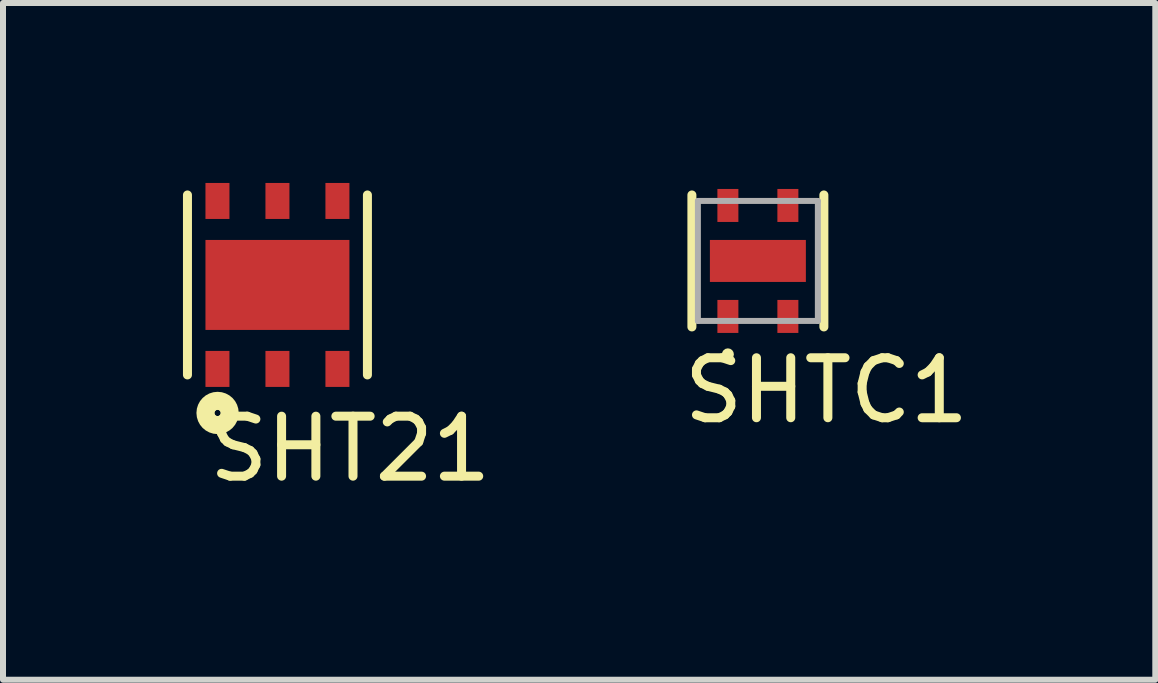
<source format=kicad_pcb>
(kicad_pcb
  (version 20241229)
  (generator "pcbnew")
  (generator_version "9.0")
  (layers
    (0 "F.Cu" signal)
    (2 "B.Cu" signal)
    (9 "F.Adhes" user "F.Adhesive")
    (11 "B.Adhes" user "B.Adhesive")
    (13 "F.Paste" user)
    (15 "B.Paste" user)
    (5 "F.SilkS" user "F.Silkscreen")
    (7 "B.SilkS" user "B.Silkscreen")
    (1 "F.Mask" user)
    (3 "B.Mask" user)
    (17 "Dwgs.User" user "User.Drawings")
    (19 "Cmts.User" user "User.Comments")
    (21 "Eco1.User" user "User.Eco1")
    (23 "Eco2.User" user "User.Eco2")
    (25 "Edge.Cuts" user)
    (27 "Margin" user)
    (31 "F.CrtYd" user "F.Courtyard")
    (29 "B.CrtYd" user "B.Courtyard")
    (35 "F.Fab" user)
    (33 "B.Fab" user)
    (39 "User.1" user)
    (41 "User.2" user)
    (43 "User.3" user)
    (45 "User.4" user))
  (footprint "SHTC1"
    (layer "F.Cu")
    (at 9.584 1.3)
    (property "Reference" "SHTC1" (at 1.143 2.159 0) (layer "F.SilkS") (effects (font (size 1 1) (thickness 0.15))))
    (attr through_hole)
    (fp_line (start -1.1 -1.1) (end -1.1 1.1) (stroke (width 0.15) (type solid)) (layer "F.SilkS"))
    (fp_line (start 1.1 1.1) (end 1.1 -1.1) (stroke (width 0.15) (type solid)) (layer "F.SilkS"))
    (fp_circle (center -0.5 1.557) (end -0.5 1.507) (stroke (width 0.1) (type solid)) (fill no) (layer "F.SilkS"))
    (fp_line (start -1 -1) (end 1 -1) (stroke (width 0.1) (type solid)) (layer "F.Fab"))
    (fp_line (start -1 1) (end -1 -1) (stroke (width 0.1) (type solid)) (layer "F.Fab"))
    (fp_line (start 1 -1) (end 1 1) (stroke (width 0.1) (type solid)) (layer "F.Fab"))
    (fp_line (start 1 1) (end -1 1) (stroke (width 0.1) (type solid)) (layer "F.Fab"))
    (pad "" smd rect (at -0.5 -1) (size 0.35 0.55) (drill (offset 0 -0.025)) (layers "F.Paste"))
    (pad "" smd rect (at -0.5 1) (size 0.35 0.55) (drill (offset 0 0.025)) (layers "F.Paste"))
    (pad "" smd rect (at 0 0) (size 1.6 0.7) (layers "F.Cu" "F.Mask" "F.Paste"))
    (pad "" smd rect (at 0.5 -1) (size 0.35 0.55) (drill (offset 0 -0.025)) (layers "F.Paste"))
    (pad "" smd rect (at 0.5 1) (size 0.35 0.55) (drill (offset 0 0.025)) (layers "F.Paste"))
    (pad "1" smd rect (at -0.5 1) (size 0.35 0.55) (drill (offset 0 -0.075)) (layers "F.Cu" "F.Mask"))
    (pad "2" smd rect (at 0.5 1) (size 0.35 0.55) (drill (offset 0 -0.075)) (layers "F.Cu" "F.Mask"))
    (pad "3" smd rect (at 0.5 -1) (size 0.35 0.55) (drill (offset 0 0.075)) (layers "F.Cu" "F.Mask"))
    (pad "4" smd rect (at -0.5 -1) (size 0.35 0.55) (drill (offset 0 0.075)) (layers "F.Cu" "F.Mask")))
  (footprint "SHT21"
    (layer "F.Cu")
    (at 1.575 1.7)
    (property "Reference" "SHT21" (at 1.212 2.733 0) (layer "F.SilkS") (effects (font (size 1 1) (thickness 0.15))))
    (attr through_hole)
    (fp_line (start -1.5 -1.5) (end -1.5 1.5) (stroke (width 0.15) (type solid)) (layer "F.SilkS"))
    (fp_line (start 1.5 1.5) (end 1.5 -1.5) (stroke (width 0.15) (type solid)) (layer "F.SilkS"))
    (fp_circle (center -0.998 2.134) (end -0.963 2.173) (stroke (width 0.15) (type solid)) (fill no) (layer "F.SilkS"))
    (fp_circle (center -0.998 2.134) (end -0.963 2.173) (stroke (width 0.3) (type solid)) (fill no) (layer "F.SilkS"))
    (pad "1" smd rect (at -1 1.5) (size 0.4 0.6) (drill oval (offset 0 -0.1)) (layers "F.Cu" "F.Mask" "F.Paste"))
    (pad "2" smd rect (at 0 0) (size 2.4 1.5) (layers "F.Cu" "F.Mask" "F.Paste"))
    (pad "2" smd rect (at 0 1.5) (size 0.4 0.6) (drill oval (offset 0 -0.1)) (layers "F.Cu" "F.Mask" "F.Paste"))
    (pad "3" smd rect (at 1 1.5) (size 0.4 0.6) (drill oval (offset 0 -0.1)) (layers "F.Cu" "F.Mask" "F.Paste"))
    (pad "4" smd rect (at 1 -1.5) (size 0.4 0.6) (drill oval (offset 0 0.1)) (layers "F.Cu" "F.Mask" "F.Paste"))
    (pad "5" smd rect (at 0 -1.5) (size 0.4 0.6) (drill oval (offset 0 0.1)) (layers "F.Cu" "F.Mask" "F.Paste"))
    (pad "6" smd rect (at -1 -1.5) (size 0.4 0.6) (drill oval (offset 0 0.1)) (layers "F.Cu" "F.Mask" "F.Paste")))
  (gr_rect
    (start -3 -3)
    (end 16.209 8.281)
    (stroke (width 0.1) (type default))
    (fill no)
    (layer "Edge.Cuts")))
</source>
